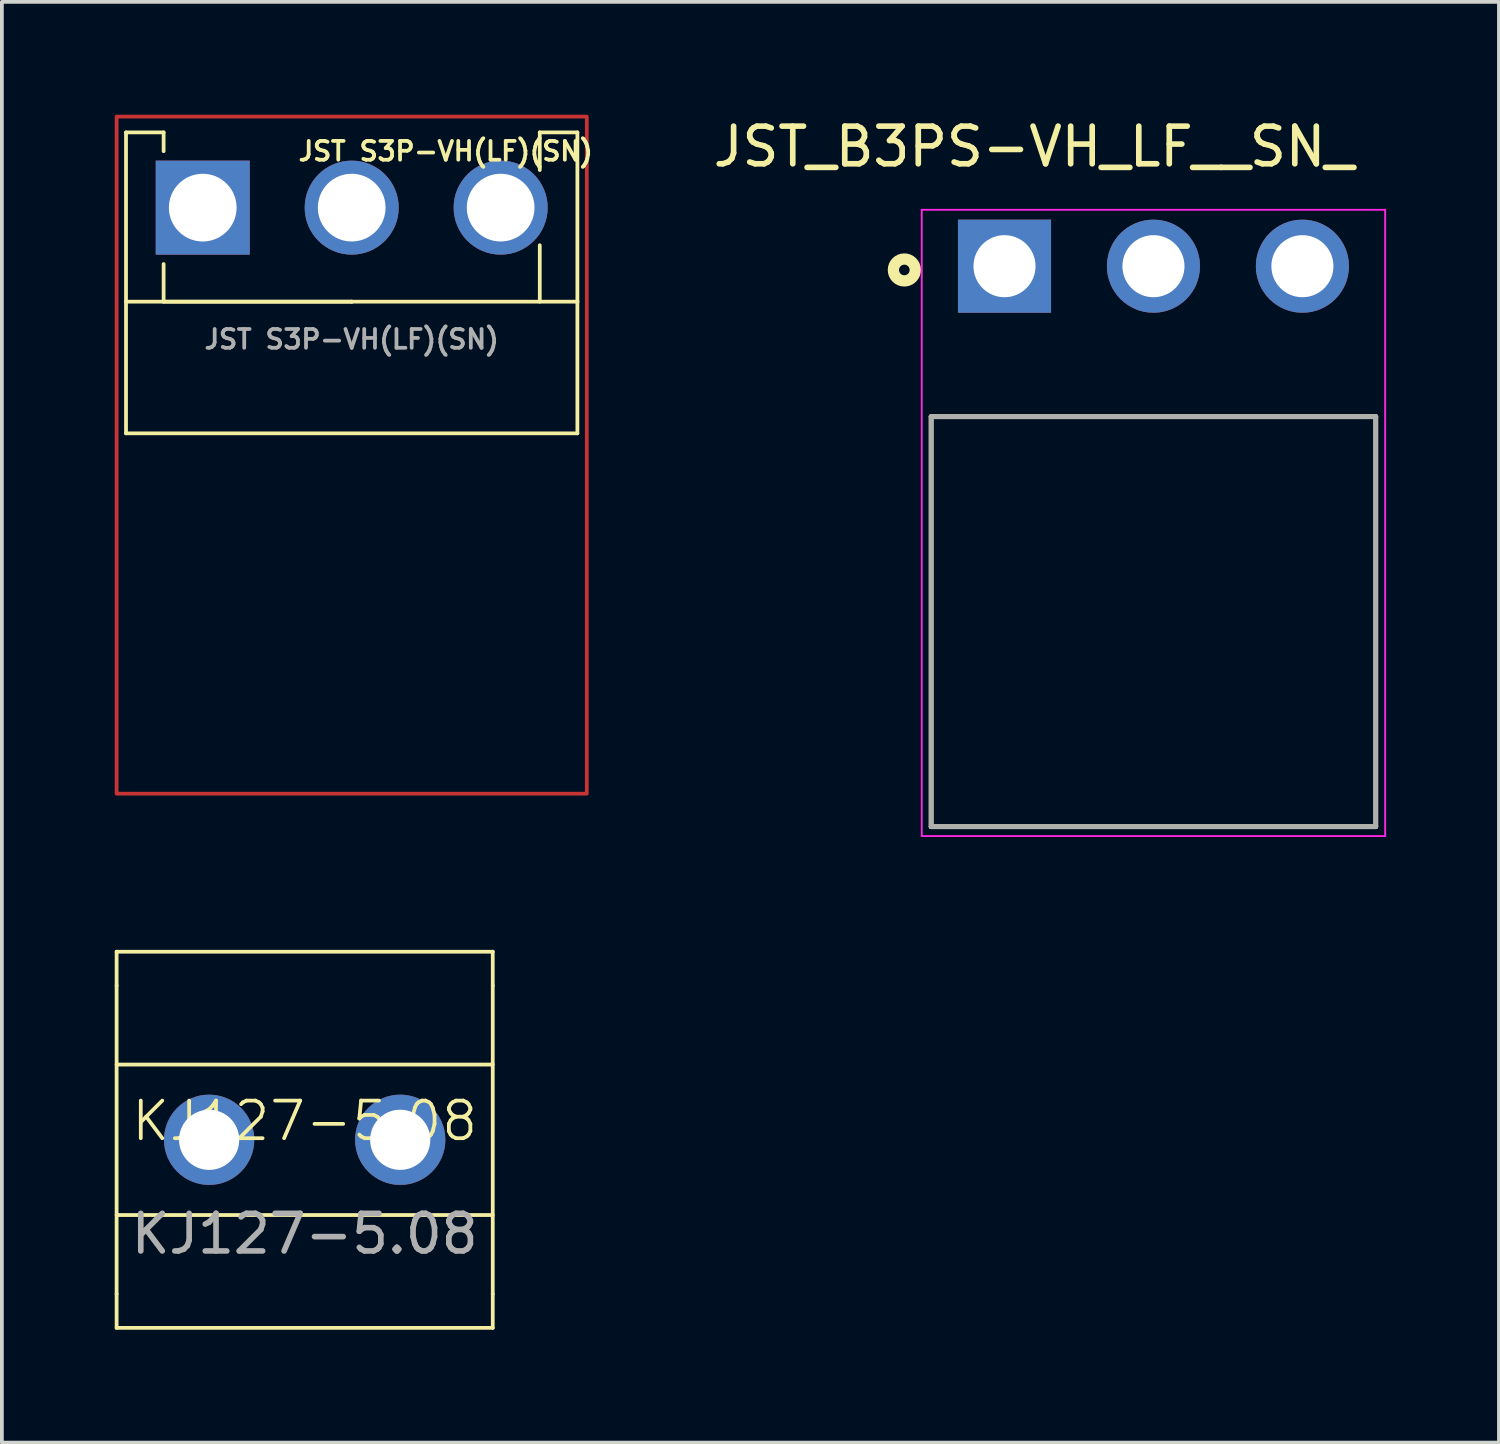
<source format=kicad_pcb>
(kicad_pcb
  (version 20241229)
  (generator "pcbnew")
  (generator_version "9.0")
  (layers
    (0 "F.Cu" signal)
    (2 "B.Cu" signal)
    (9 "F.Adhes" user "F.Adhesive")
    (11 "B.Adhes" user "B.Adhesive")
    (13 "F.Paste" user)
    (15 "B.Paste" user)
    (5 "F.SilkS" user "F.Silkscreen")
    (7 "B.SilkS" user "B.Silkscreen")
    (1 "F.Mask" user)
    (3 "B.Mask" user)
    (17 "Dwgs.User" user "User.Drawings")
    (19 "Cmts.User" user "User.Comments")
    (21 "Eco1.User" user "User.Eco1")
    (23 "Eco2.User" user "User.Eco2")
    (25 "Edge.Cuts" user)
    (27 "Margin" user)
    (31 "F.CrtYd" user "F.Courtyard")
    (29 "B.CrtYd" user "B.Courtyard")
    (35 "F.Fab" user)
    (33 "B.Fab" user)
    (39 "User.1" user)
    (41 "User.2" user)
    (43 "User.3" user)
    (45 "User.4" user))
  (footprint "JST_B3PS-VH_LF__SN_"
    (layer "F.Cu")
    (at 27.615 4.027)
    (property "Reference" "JST_B3PS-VH_LF__SN_" (at -3.178 -3.178 0) (layer "F.SilkS") (effects (font (size 1.001 1.001) (thickness 0.15))))
    (attr through_hole)
    (fp_line (start -5.91 4) (end 5.91 4) (stroke (width 0.127) (type solid)) (layer "F.SilkS"))
    (fp_line (start -5.91 14.9) (end -5.91 4) (stroke (width 0.127) (type solid)) (layer "F.SilkS"))
    (fp_line (start 5.91 4) (end 5.91 14.9) (stroke (width 0.127) (type solid)) (layer "F.SilkS"))
    (fp_line (start 5.91 14.9) (end -5.91 14.9) (stroke (width 0.127) (type solid)) (layer "F.SilkS"))
    (fp_circle (center -6.623 0.1) (end -6.482 0.1) (stroke (width 0.3) (type solid)) (fill no) (layer "F.SilkS"))
    (fp_line (start -6.16 -1.5) (end 6.16 -1.5) (stroke (width 0.05) (type solid)) (layer "F.CrtYd"))
    (fp_line (start -6.16 15.15) (end -6.16 -1.5) (stroke (width 0.05) (type solid)) (layer "F.CrtYd"))
    (fp_line (start 6.16 -1.5) (end 6.16 15.15) (stroke (width 0.05) (type solid)) (layer "F.CrtYd"))
    (fp_line (start 6.16 15.15) (end -6.16 15.15) (stroke (width 0.05) (type solid)) (layer "F.CrtYd"))
    (fp_line (start -5.91 4) (end 5.91 4) (stroke (width 0.127) (type solid)) (layer "F.Fab"))
    (fp_line (start -5.91 14.9) (end -5.91 4) (stroke (width 0.127) (type solid)) (layer "F.Fab"))
    (fp_line (start 5.91 4) (end 5.91 14.9) (stroke (width 0.127) (type solid)) (layer "F.Fab"))
    (fp_line (start 5.91 14.9) (end -5.91 14.9) (stroke (width 0.127) (type solid)) (layer "F.Fab"))
    (pad "1" thru_hole rect (at -3.96 0) (size 2.475 2.475) (drill 1.65) (layers "*.Cu" "*.Mask"))
    (pad "2" thru_hole circle (at 0 0) (size 2.475 2.475) (drill 1.65) (layers "*.Cu" "*.Mask"))
    (pad "3" thru_hole circle (at 3.96 0) (size 2.475 2.475) (drill 1.65) (layers "*.Cu" "*.Mask")))
  (footprint "KJ127-5.08"
    (layer "F.Cu")
    (at 5.05 27.252)
    (property "Reference" "KJ127-5.08" (at 0 -0.5 0) (unlocked yes) (layer "F.SilkS") (effects (font (size 1 1) (thickness 0.1))))
    (attr through_hole)
    (fp_line (start -5 -5) (end 5 -5) (stroke (width 0.1) (type solid)) (layer "F.SilkS"))
    (fp_line (start -5 -4.1) (end -5 -5) (stroke (width 0.1) (type default)) (layer "F.SilkS"))
    (fp_line (start -5 -2) (end 5 -2) (stroke (width 0.1) (type default)) (layer "F.SilkS"))
    (fp_line (start -5 4.1) (end -5 -4.1) (stroke (width 0.1) (type default)) (layer "F.SilkS"))
    (fp_line (start -5 5) (end -5 4.1) (stroke (width 0.1) (type default)) (layer "F.SilkS"))
    (fp_line (start 5 -5) (end 5 -4.1) (stroke (width 0.1) (type default)) (layer "F.SilkS"))
    (fp_line (start 5 -4.1) (end 5 4.1) (stroke (width 0.1) (type default)) (layer "F.SilkS"))
    (fp_line (start 5 2) (end -5 2) (stroke (width 0.1) (type default)) (layer "F.SilkS"))
    (fp_line (start 5 4.1) (end 5 5) (stroke (width 0.1) (type default)) (layer "F.SilkS"))
    (fp_line (start 5 5) (end -5 5) (stroke (width 0.1) (type default)) (layer "F.SilkS"))
    (fp_text user "${REFERENCE}" (at 0 2.5 0) (unlocked yes) (layer "F.Fab") (effects (font (size 1 1) (thickness 0.15))))
    (pad "1" thru_hole circle (at -2.54 0) (size 2.4 2.4) (drill 1.6) (layers "*.Cu" "*.Mask"))
    (pad "2" thru_hole circle (at 2.54 0) (size 2.4 2.4) (drill 1.6) (layers "*.Cu" "*.Mask")))
  (footprint "JST S3P-VH(LF)(SN)"
    (layer "F.Cu")
    (at 6.3 2.47)
    (property "Reference" "JST S3P-VH(LF)(SN)" (at 2.5 -1.5 0) (unlocked yes) (layer "F.SilkS") (effects (font (size 0.5 0.5) (thickness 0.1))))
    (attr through_hole)
    (fp_rect (start -6.25 -2.42) (end 6.25 15.58) (stroke (width 0.1) (type solid)) (fill no) (layer "F.Cu"))
    (fp_line (start -6 -2) (end -5 -2) (stroke (width 0.1) (type default)) (layer "F.SilkS"))
    (fp_line (start -6 2.5) (end -6 -2) (stroke (width 0.1) (type default)) (layer "F.SilkS"))
    (fp_line (start -6 6) (end -6 2.5) (stroke (width 0.1) (type default)) (layer "F.SilkS"))
    (fp_line (start -5 -2) (end -5 -1.5) (stroke (width 0.1) (type default)) (layer "F.SilkS"))
    (fp_line (start -5 1.5) (end -5 2.5) (stroke (width 0.1) (type default)) (layer "F.SilkS"))
    (fp_line (start -5 2.5) (end 0 2.5) (stroke (width 0.1) (type default)) (layer "F.SilkS"))
    (fp_line (start 0 2.5) (end -6 2.5) (stroke (width 0.1) (type default)) (layer "F.SilkS"))
    (fp_line (start 0 2.5) (end 6 2.5) (stroke (width 0.1) (type default)) (layer "F.SilkS"))
    (fp_line (start 5 -2) (end 5 -1) (stroke (width 0.1) (type default)) (layer "F.SilkS"))
    (fp_line (start 5 1) (end 5 2.5) (stroke (width 0.1) (type default)) (layer "F.SilkS"))
    (fp_line (start 6 -2) (end 5 -2) (stroke (width 0.1) (type default)) (layer "F.SilkS"))
    (fp_line (start 6 2.5) (end 6 -2) (stroke (width 0.1) (type default)) (layer "F.SilkS"))
    (fp_line (start 6 6) (end -6 6) (stroke (width 0.1) (type default)) (layer "F.SilkS"))
    (fp_line (start 6 6) (end 6 2.5) (stroke (width 0.1) (type default)) (layer "F.SilkS"))
    (fp_text user "${REFERENCE}" (at 0 3.5 0) (unlocked yes) (layer "F.Fab") (effects (font (size 0.5 0.5) (thickness 0.1) (bold yes))))
    (pad "1" thru_hole rect (at -3.96 0) (size 2.5 2.5) (drill 1.8) (layers "*.Cu" "*.Mask"))
    (pad "2" thru_hole circle (at 0 0) (size 2.5 2.5) (drill 1.8) (layers "*.Cu" "*.Mask"))
    (pad "3" thru_hole circle (at 3.96 0) (size 2.5 2.5) (drill 1.8) (layers "*.Cu" "*.Mask")))
  (gr_rect
    (start -3 -3)
    (end 36.8 35.302)
    (stroke (width 0.1) (type default))
    (fill no)
    (layer "Edge.Cuts")))
</source>
